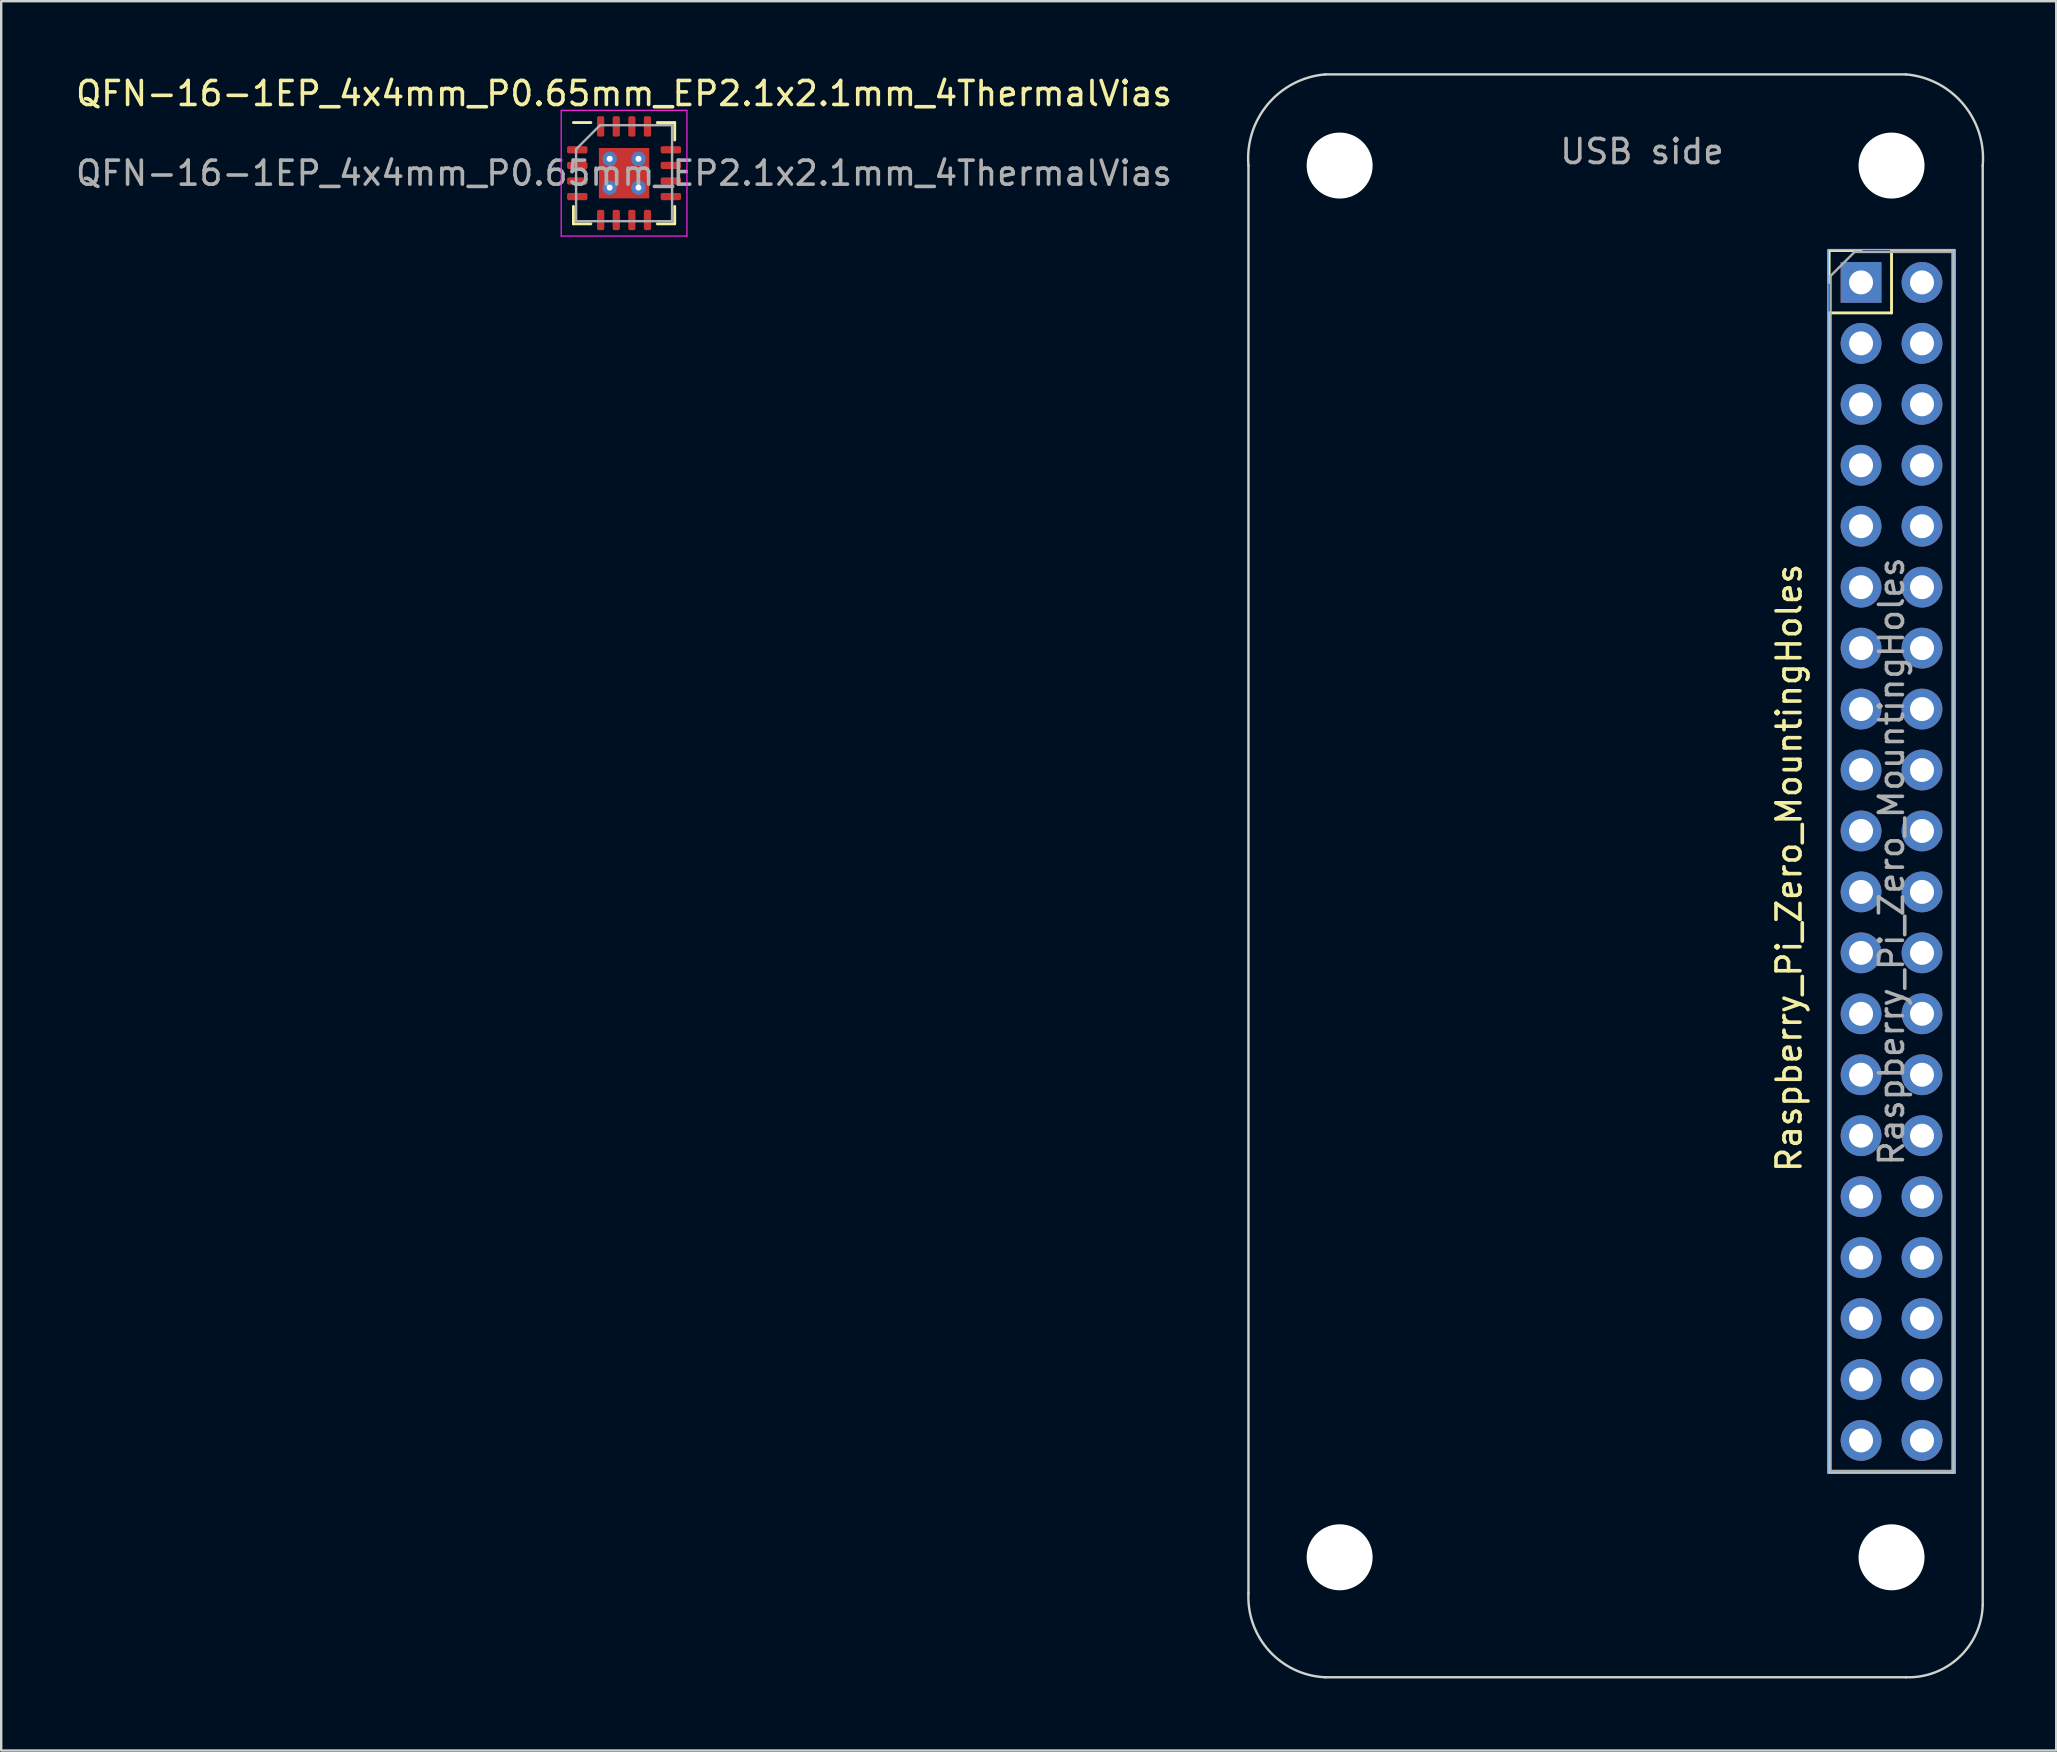
<source format=kicad_pcb>
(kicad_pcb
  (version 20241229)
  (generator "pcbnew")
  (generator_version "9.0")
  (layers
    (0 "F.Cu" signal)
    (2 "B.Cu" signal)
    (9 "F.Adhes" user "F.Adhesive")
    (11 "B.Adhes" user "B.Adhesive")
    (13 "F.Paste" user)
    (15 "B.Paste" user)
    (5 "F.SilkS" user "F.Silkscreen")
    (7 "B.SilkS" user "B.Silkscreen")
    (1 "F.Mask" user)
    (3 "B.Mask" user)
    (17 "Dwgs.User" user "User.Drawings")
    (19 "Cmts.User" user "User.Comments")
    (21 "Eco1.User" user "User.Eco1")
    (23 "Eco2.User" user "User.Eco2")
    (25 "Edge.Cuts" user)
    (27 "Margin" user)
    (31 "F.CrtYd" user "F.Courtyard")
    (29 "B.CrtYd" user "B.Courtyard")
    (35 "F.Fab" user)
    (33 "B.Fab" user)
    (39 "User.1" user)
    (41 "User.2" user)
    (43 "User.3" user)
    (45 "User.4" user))
  (footprint "QFN-16-1EP_4x4mm_P0.65mm_EP2.1x2.1mm_4ThermalVias"
    (layer "F.Cu")
    (at 22.958 4.168)
    (property "Reference" "QFN-16-1EP_4x4mm_P0.65mm_EP2.1x2.1mm_4ThermalVias" (at 0 -3.32 0) (layer "F.SilkS") (effects (font (size 1 1) (thickness 0.15))))
    (attr smd)
    (fp_line (start -2.11 2.11) (end -2.11 1.385) (stroke (width 0.12) (type solid)) (layer "F.SilkS"))
    (fp_line (start -1.385 -2.11) (end -2.11 -2.11) (stroke (width 0.12) (type solid)) (layer "F.SilkS"))
    (fp_line (start -1.385 2.11) (end -2.11 2.11) (stroke (width 0.12) (type solid)) (layer "F.SilkS"))
    (fp_line (start 1.385 -2.11) (end 2.11 -2.11) (stroke (width 0.12) (type solid)) (layer "F.SilkS"))
    (fp_line (start 1.385 2.11) (end 2.11 2.11) (stroke (width 0.12) (type solid)) (layer "F.SilkS"))
    (fp_line (start 2.11 -2.11) (end 2.11 -1.385) (stroke (width 0.12) (type solid)) (layer "F.SilkS"))
    (fp_line (start 2.11 2.11) (end 2.11 1.385) (stroke (width 0.12) (type solid)) (layer "F.SilkS"))
    (fp_line (start -2.62 -2.62) (end -2.62 2.62) (stroke (width 0.05) (type solid)) (layer "F.CrtYd"))
    (fp_line (start -2.62 2.62) (end 2.62 2.62) (stroke (width 0.05) (type solid)) (layer "F.CrtYd"))
    (fp_line (start 2.62 -2.62) (end -2.62 -2.62) (stroke (width 0.05) (type solid)) (layer "F.CrtYd"))
    (fp_line (start 2.62 2.62) (end 2.62 -2.62) (stroke (width 0.05) (type solid)) (layer "F.CrtYd"))
    (fp_line (start -2 -1) (end -1 -2) (stroke (width 0.1) (type solid)) (layer "F.Fab"))
    (fp_line (start -2 2) (end -2 -1) (stroke (width 0.1) (type solid)) (layer "F.Fab"))
    (fp_line (start -1 -2) (end 2 -2) (stroke (width 0.1) (type solid)) (layer "F.Fab"))
    (fp_line (start 2 -2) (end 2 2) (stroke (width 0.1) (type solid)) (layer "F.Fab"))
    (fp_line (start 2 2) (end -2 2) (stroke (width 0.1) (type solid)) (layer "F.Fab"))
    (fp_text user "${REFERENCE}" (at 0 0 0) (layer "F.Fab") (effects (font (size 1 1) (thickness 0.15))))
    (pad "" smd roundrect (at -0.525 -0.525) (size 0.85 0.85) (layers "F.Paste") (roundrect_rratio 0.25))
    (pad "" smd roundrect (at -0.525 0.525) (size 0.85 0.85) (layers "F.Paste") (roundrect_rratio 0.25))
    (pad "" smd roundrect (at 0.525 -0.525) (size 0.85 0.85) (layers "F.Paste") (roundrect_rratio 0.25))
    (pad "" smd roundrect (at 0.525 0.525) (size 0.85 0.85) (layers "F.Paste") (roundrect_rratio 0.25))
    (pad "1" smd roundrect (at -1.95 -0.975) (size 0.85 0.3) (layers "F.Cu" "F.Mask" "F.Paste") (roundrect_rratio 0.25))
    (pad "2" smd roundrect (at -1.95 -0.325) (size 0.85 0.3) (layers "F.Cu" "F.Mask" "F.Paste") (roundrect_rratio 0.25))
    (pad "3" smd roundrect (at -1.95 0.325) (size 0.85 0.3) (layers "F.Cu" "F.Mask" "F.Paste") (roundrect_rratio 0.25))
    (pad "4" smd roundrect (at -1.95 0.975) (size 0.85 0.3) (layers "F.Cu" "F.Mask" "F.Paste") (roundrect_rratio 0.25))
    (pad "5" smd roundrect (at -0.975 1.95) (size 0.3 0.85) (layers "F.Cu" "F.Mask" "F.Paste") (roundrect_rratio 0.25))
    (pad "6" smd roundrect (at -0.325 1.95) (size 0.3 0.85) (layers "F.Cu" "F.Mask" "F.Paste") (roundrect_rratio 0.25))
    (pad "7" smd roundrect (at 0.325 1.95) (size 0.3 0.85) (layers "F.Cu" "F.Mask" "F.Paste") (roundrect_rratio 0.25))
    (pad "8" smd roundrect (at 0.975 1.95) (size 0.3 0.85) (layers "F.Cu" "F.Mask" "F.Paste") (roundrect_rratio 0.25))
    (pad "9" smd roundrect (at 1.95 0.975) (size 0.85 0.3) (layers "F.Cu" "F.Mask" "F.Paste") (roundrect_rratio 0.25))
    (pad "10" smd roundrect (at 1.95 0.325) (size 0.85 0.3) (layers "F.Cu" "F.Mask" "F.Paste") (roundrect_rratio 0.25))
    (pad "11" smd roundrect (at 1.95 -0.325) (size 0.85 0.3) (layers "F.Cu" "F.Mask" "F.Paste") (roundrect_rratio 0.25))
    (pad "12" smd roundrect (at 1.95 -0.975) (size 0.85 0.3) (layers "F.Cu" "F.Mask" "F.Paste") (roundrect_rratio 0.25))
    (pad "13" smd roundrect (at 0.975 -1.95) (size 0.3 0.85) (layers "F.Cu" "F.Mask" "F.Paste") (roundrect_rratio 0.25))
    (pad "14" smd roundrect (at 0.325 -1.95) (size 0.3 0.85) (layers "F.Cu" "F.Mask" "F.Paste") (roundrect_rratio 0.25))
    (pad "15" smd roundrect (at -0.325 -1.95) (size 0.3 0.85) (layers "F.Cu" "F.Mask" "F.Paste") (roundrect_rratio 0.25))
    (pad "16" smd roundrect (at -0.975 -1.95) (size 0.3 0.85) (layers "F.Cu" "F.Mask" "F.Paste") (roundrect_rratio 0.25))
    (pad "17" thru_hole circle (at -0.6 -0.6) (size 0.6 0.6) (drill 0.25) (layers "*.Cu" "*.Mask"))
    (pad "17" thru_hole circle (at -0.6 0.6) (size 0.6 0.6) (drill 0.25) (layers "*.Cu" "*.Mask"))
    (pad "17" smd rect (at 0 0) (size 2.1 2.1) (layers "F.Cu" "F.Mask"))
    (pad "17" thru_hole circle (at 0.6 -0.6) (size 0.6 0.6) (drill 0.25) (layers "*.Cu" "*.Mask"))
    (pad "17" thru_hole circle (at 0.6 0.6) (size 0.6 0.6) (drill 0.25) (layers "*.Cu" "*.Mask")))
  (footprint "Raspberry_Pi_Zero_MountingHoles"
    (layer "F.Cu")
    (at 52.779 3.85)
    (property "Reference" "Raspberry_Pi_Zero_MountingHoles" (at 18.73 29.27 90) (layer "F.SilkS") (effects (font (size 1 1) (thickness 0.15))))
    (attr through_hole)
    (fp_line (start 20.4 3.54) (end 20.4 4.87) (stroke (width 0.12) (type solid)) (layer "F.SilkS"))
    (fp_line (start 20.4 6.14) (end 20.4 54.46) (stroke (width 0.12) (type solid)) (layer "F.SilkS"))
    (fp_line (start 21.73 3.54) (end 20.4 3.54) (stroke (width 0.12) (type solid)) (layer "F.SilkS"))
    (fp_line (start 23 3.54) (end 23 6.14) (stroke (width 0.12) (type solid)) (layer "F.SilkS"))
    (fp_line (start 23 6.14) (end 20.4 6.14) (stroke (width 0.12) (type solid)) (layer "F.SilkS"))
    (fp_line (start 25.6 3.54) (end 23 3.54) (stroke (width 0.12) (type solid)) (layer "F.SilkS"))
    (fp_line (start 25.6 3.54) (end 25.6 54.46) (stroke (width 0.12) (type solid)) (layer "F.SilkS"))
    (fp_line (start 25.6 54.46) (end 20.4 54.46) (stroke (width 0.12) (type solid)) (layer "F.SilkS"))
    (fp_line (start -3.8 59.5) (end -3.8 0) (stroke (width 0.1) (type default)) (layer "Edge.Cuts"))
    (fp_line (start -0.6 -3.8) (end 23.6 -3.8) (stroke (width 0.1) (type default)) (layer "Edge.Cuts"))
    (fp_line (start -0.6 63) (end 23.6 63) (stroke (width 0.1) (type default)) (layer "Edge.Cuts"))
    (fp_line (start 26.8 0) (end 26.8 60) (stroke (width 0.1) (type default)) (layer "Edge.Cuts"))
    (fp_arc (start -3.8 0) (mid -2.987006 -2.562742) (end -0.6 -3.8) (stroke (width 0.1) (type default)) (layer "Edge.Cuts"))
    (fp_arc (start -0.6 63) (mid -2.924874 61.912742) (end -3.8 59.5) (stroke (width 0.1) (type default)) (layer "Edge.Cuts"))
    (fp_arc (start 23.6 -3.8) (mid 25.987007 -2.562742) (end 26.8 0) (stroke (width 0.1) (type default)) (layer "Edge.Cuts"))
    (fp_arc (start 26.8 60) (mid 25.821321 62.162742) (end 23.6 63) (stroke (width 0.1) (type default)) (layer "Edge.Cuts"))
    (fp_rect (start 20.35 3.5) (end 25.65 54.5) (stroke (width 0.05) (type default)) (fill no) (layer "B.CrtYd"))
    (fp_rect (start 20.35 3.5) (end 25.65 54.5) (stroke (width 0.05) (type default)) (fill no) (layer "F.CrtYd"))
    (fp_line (start 20.46 4.6) (end 20.46 54.4) (stroke (width 0.1) (type solid)) (layer "F.Fab"))
    (fp_line (start 20.46 54.4) (end 25.54 54.4) (stroke (width 0.1) (type solid)) (layer "F.Fab"))
    (fp_line (start 21.46 3.6) (end 20.46 4.6) (stroke (width 0.1) (type solid)) (layer "F.Fab"))
    (fp_line (start 25.54 3.6) (end 21.46 3.6) (stroke (width 0.1) (type solid)) (layer "F.Fab"))
    (fp_line (start 25.54 54.4) (end 25.54 3.6) (stroke (width 0.1) (type solid)) (layer "F.Fab"))
    (fp_text user "USB side" (at 9.1 0 0) (unlocked yes) (layer "F.Fab") (effects (font (size 1 1) (thickness 0.15)) (justify left bottom)))
    (fp_text user "${REFERENCE}" (at 23 29 90) (layer "F.Fab") (effects (font (size 1 1) (thickness 0.15))))
    (pad "" np_thru_hole circle (at 0 0 270) (size 2.75 2.75) (drill 2.75) (layers "*.Cu" "*.Mask"))
    (pad "" np_thru_hole circle (at 0 58 270) (size 2.75 2.75) (drill 2.75) (layers "*.Cu" "*.Mask"))
    (pad "" np_thru_hole circle (at 23 0 270) (size 2.75 2.75) (drill 2.75) (layers "*.Cu" "*.Mask"))
    (pad "" np_thru_hole circle (at 23 58 270) (size 2.75 2.75) (drill 2.75) (layers "*.Cu" "*.Mask"))
    (pad "1" thru_hole rect (at 21.73 4.87) (size 1.7 1.7) (drill 1) (layers "*.Cu" "*.Mask"))
    (pad "2" thru_hole oval (at 24.27 4.87) (size 1.7 1.7) (drill 1) (layers "*.Cu" "*.Mask"))
    (pad "3" thru_hole oval (at 21.73 7.41) (size 1.7 1.7) (drill 1) (layers "*.Cu" "*.Mask"))
    (pad "4" thru_hole oval (at 24.27 7.41) (size 1.7 1.7) (drill 1) (layers "*.Cu" "*.Mask"))
    (pad "5" thru_hole oval (at 21.73 9.95) (size 1.7 1.7) (drill 1) (layers "*.Cu" "*.Mask"))
    (pad "6" thru_hole oval (at 24.27 9.95) (size 1.7 1.7) (drill 1) (layers "*.Cu" "*.Mask"))
    (pad "7" thru_hole oval (at 21.73 12.49) (size 1.7 1.7) (drill 1) (layers "*.Cu" "*.Mask"))
    (pad "8" thru_hole oval (at 24.27 12.49) (size 1.7 1.7) (drill 1) (layers "*.Cu" "*.Mask"))
    (pad "9" thru_hole oval (at 21.73 15.03) (size 1.7 1.7) (drill 1) (layers "*.Cu" "*.Mask"))
    (pad "10" thru_hole oval (at 24.27 15.03) (size 1.7 1.7) (drill 1) (layers "*.Cu" "*.Mask"))
    (pad "11" thru_hole oval (at 21.73 17.57) (size 1.7 1.7) (drill 1) (layers "*.Cu" "*.Mask"))
    (pad "12" thru_hole oval (at 24.27 17.57) (size 1.7 1.7) (drill 1) (layers "*.Cu" "*.Mask"))
    (pad "13" thru_hole oval (at 21.73 20.11) (size 1.7 1.7) (drill 1) (layers "*.Cu" "*.Mask"))
    (pad "14" thru_hole oval (at 24.27 20.11) (size 1.7 1.7) (drill 1) (layers "*.Cu" "*.Mask"))
    (pad "15" thru_hole oval (at 21.73 22.65) (size 1.7 1.7) (drill 1) (layers "*.Cu" "*.Mask"))
    (pad "16" thru_hole oval (at 24.27 22.65) (size 1.7 1.7) (drill 1) (layers "*.Cu" "*.Mask"))
    (pad "17" thru_hole oval (at 21.73 25.19) (size 1.7 1.7) (drill 1) (layers "*.Cu" "*.Mask"))
    (pad "18" thru_hole oval (at 24.27 25.19) (size 1.7 1.7) (drill 1) (layers "*.Cu" "*.Mask"))
    (pad "19" thru_hole oval (at 21.73 27.73) (size 1.7 1.7) (drill 1) (layers "*.Cu" "*.Mask"))
    (pad "20" thru_hole oval (at 24.27 27.73) (size 1.7 1.7) (drill 1) (layers "*.Cu" "*.Mask"))
    (pad "21" thru_hole oval (at 21.73 30.27) (size 1.7 1.7) (drill 1) (layers "*.Cu" "*.Mask"))
    (pad "22" thru_hole oval (at 24.27 30.27) (size 1.7 1.7) (drill 1) (layers "*.Cu" "*.Mask"))
    (pad "23" thru_hole oval (at 21.73 32.81) (size 1.7 1.7) (drill 1) (layers "*.Cu" "*.Mask"))
    (pad "24" thru_hole oval (at 24.27 32.81) (size 1.7 1.7) (drill 1) (layers "*.Cu" "*.Mask"))
    (pad "25" thru_hole oval (at 21.73 35.35) (size 1.7 1.7) (drill 1) (layers "*.Cu" "*.Mask"))
    (pad "26" thru_hole oval (at 24.27 35.35) (size 1.7 1.7) (drill 1) (layers "*.Cu" "*.Mask"))
    (pad "27" thru_hole oval (at 21.73 37.89) (size 1.7 1.7) (drill 1) (layers "*.Cu" "*.Mask"))
    (pad "28" thru_hole oval (at 24.27 37.89) (size 1.7 1.7) (drill 1) (layers "*.Cu" "*.Mask"))
    (pad "29" thru_hole oval (at 21.73 40.43) (size 1.7 1.7) (drill 1) (layers "*.Cu" "*.Mask"))
    (pad "30" thru_hole oval (at 24.27 40.43) (size 1.7 1.7) (drill 1) (layers "*.Cu" "*.Mask"))
    (pad "31" thru_hole oval (at 21.73 42.97) (size 1.7 1.7) (drill 1) (layers "*.Cu" "*.Mask"))
    (pad "32" thru_hole oval (at 24.27 42.97) (size 1.7 1.7) (drill 1) (layers "*.Cu" "*.Mask"))
    (pad "33" thru_hole oval (at 21.73 45.51) (size 1.7 1.7) (drill 1) (layers "*.Cu" "*.Mask"))
    (pad "34" thru_hole oval (at 24.27 45.51) (size 1.7 1.7) (drill 1) (layers "*.Cu" "*.Mask"))
    (pad "35" thru_hole oval (at 21.73 48.05) (size 1.7 1.7) (drill 1) (layers "*.Cu" "*.Mask"))
    (pad "36" thru_hole oval (at 24.27 48.05) (size 1.7 1.7) (drill 1) (layers "*.Cu" "*.Mask"))
    (pad "37" thru_hole oval (at 21.73 50.59) (size 1.7 1.7) (drill 1) (layers "*.Cu" "*.Mask"))
    (pad "38" thru_hole oval (at 24.27 50.59) (size 1.7 1.7) (drill 1) (layers "*.Cu" "*.Mask"))
    (pad "39" thru_hole oval (at 21.73 53.13) (size 1.7 1.7) (drill 1) (layers "*.Cu" "*.Mask"))
    (pad "40" thru_hole oval (at 24.27 53.13) (size 1.7 1.7) (drill 1) (layers "*.Cu" "*.Mask")))
  (gr_rect
    (start -3 -3)
    (end 82.642 69.902)
    (stroke (width 0.1) (type default))
    (fill no)
    (layer "Edge.Cuts")))
</source>
